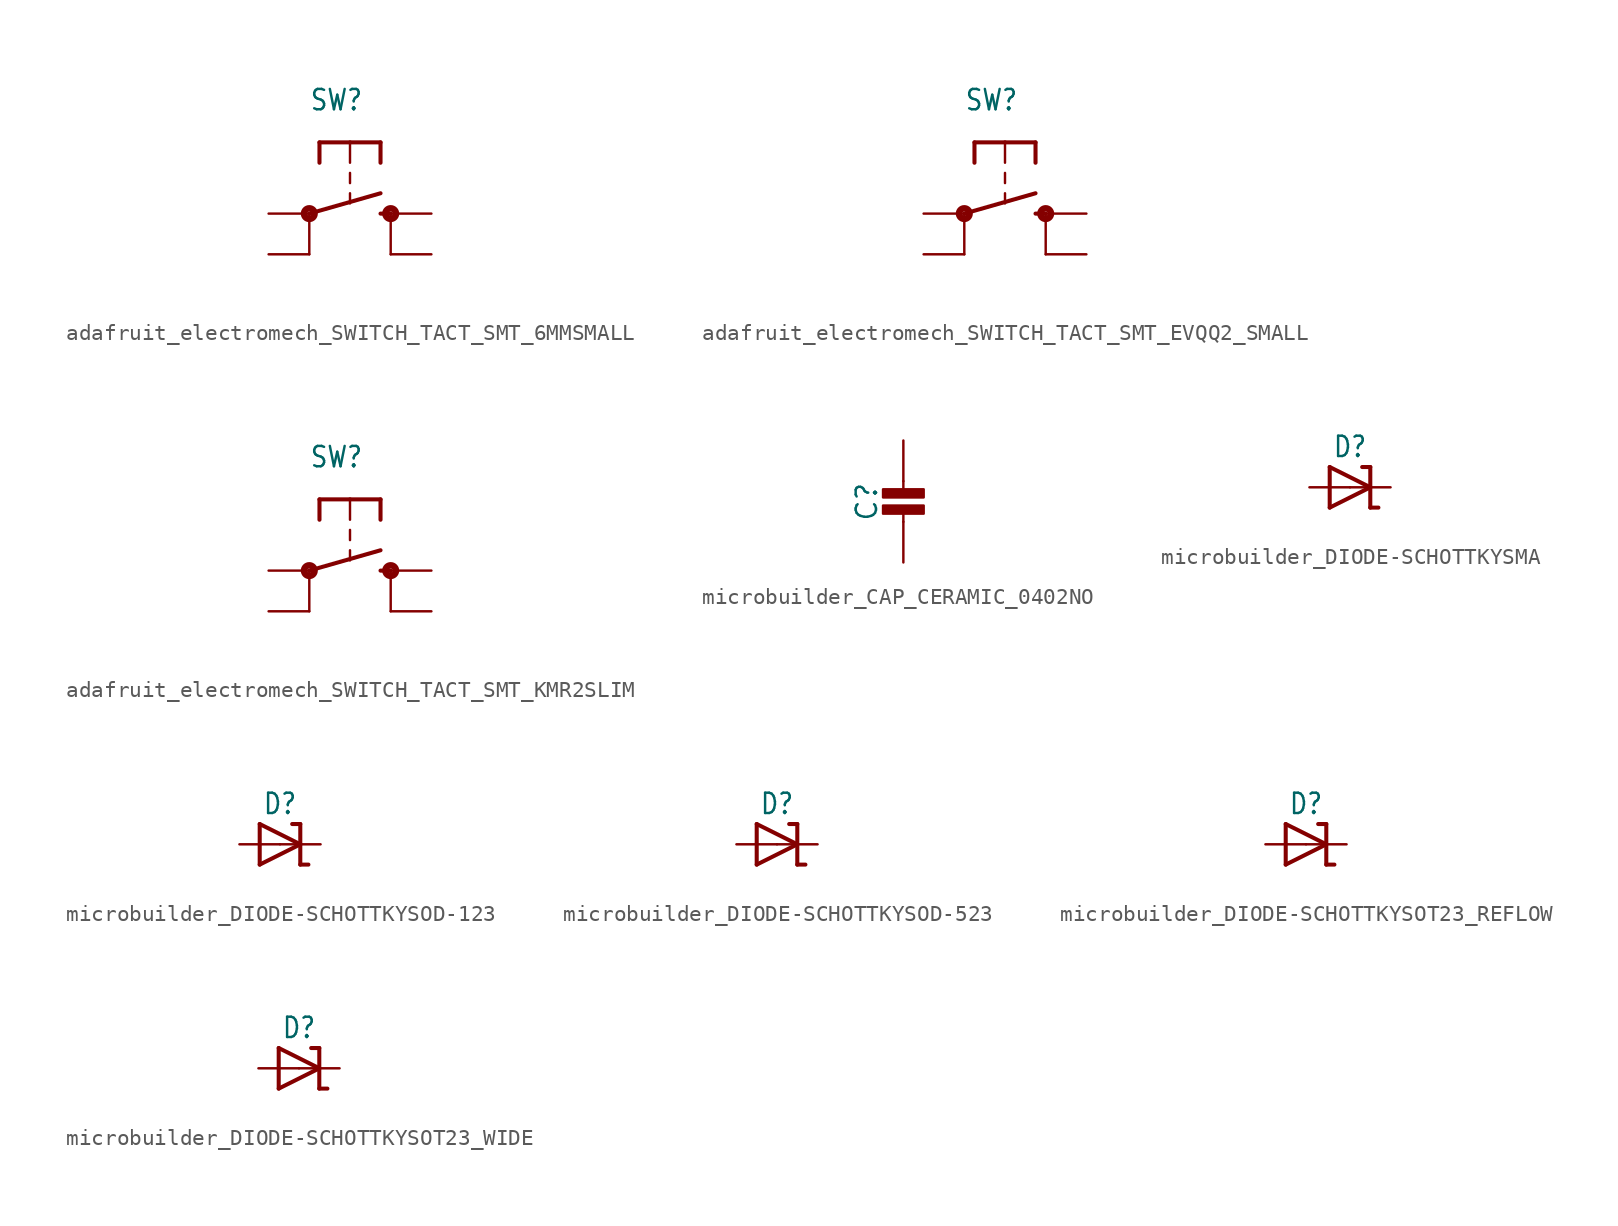
<source format=kicad_sym>
(kicad_symbol_lib
  (version 20231120)
  (generator "kicad_symbol_editor")
  (generator_version "8.0")
  (symbol "adafruit_electromech_SWITCH_TACT_SMT_6MMSMALL"
    (property "Reference" "SW"
      (at -2.54 6.35 0)
      (effects (font (size 1.27 1.079)) (justify left bottom)))
    (property "Value" ""
      (at -2.54 -5.08 0)
      (effects (font (size 1.27 1.079)) (justify left bottom)))
    (property "ki_locked" ""
      (at 0 0 0)
      (effects (font (size 1.27 1.27))))
    (symbol "adafruit_electromech_SWITCH_TACT_SMT_6MMSMALL_1_0"
      (circle (center -2.54 0) (radius 0.127) (stroke (width 0.406) (type solid)) (fill (type none)))
      (polyline (pts (xy -2.54 -2.54) (xy -2.54 0)) (stroke (width 0.152) (type solid)) (fill (type none)))
      (polyline (pts (xy -2.54 0) (xy 1.905 1.27)) (stroke (width 0.254) (type solid)) (fill (type none)))
      (polyline (pts (xy -1.905 4.445) (xy -1.905 3.175)) (stroke (width 0.254) (type solid)) (fill (type none)))
      (polyline (pts (xy 0 1.27) (xy 0 0.635)) (stroke (width 0.152) (type solid)) (fill (type none)))
      (polyline (pts (xy 0 2.54) (xy 0 1.905)) (stroke (width 0.152) (type solid)) (fill (type none)))
      (polyline (pts (xy 0 4.445) (xy -1.905 4.445)) (stroke (width 0.254) (type solid)) (fill (type none)))
      (polyline (pts (xy 0 4.445) (xy 0 3.175)) (stroke (width 0.152) (type solid)) (fill (type none)))
      (polyline (pts (xy 1.905 0) (xy 2.54 0)) (stroke (width 0.254) (type solid)) (fill (type none)))
      (polyline (pts (xy 1.905 4.445) (xy 0 4.445)) (stroke (width 0.254) (type solid)) (fill (type none)))
      (polyline (pts (xy 1.905 4.445) (xy 1.905 3.175)) (stroke (width 0.254) (type solid)) (fill (type none)))
      (polyline (pts (xy 2.54 -2.54) (xy 2.54 0)) (stroke (width 0.152) (type solid)) (fill (type none)))
      (circle (center 2.54 0) (radius 0.127) (stroke (width 0.406) (type solid)) (fill (type none)))
      (pin passive line (at -5.08 0 0) (length 2.54) (name "P" (effects (font (size 0 0)))) (number "A" (effects (font (size 0 0)))))
      (pin passive line (at -5.08 -2.54 0) (length 2.54) (name "P1" (effects (font (size 0 0)))) (number "A'" (effects (font (size 0 0)))))
      (pin passive line (at 5.08 0 180) (length 2.54) (name "S" (effects (font (size 0 0)))) (number "B" (effects (font (size 0 0)))))
      (pin passive line (at 5.08 -2.54 180) (length 2.54) (name "S1" (effects (font (size 0 0)))) (number "B'" (effects (font (size 0 0)))))))
  (symbol "adafruit_electromech_SWITCH_TACT_SMT_EVQQ2_SMALL"
    (property "Reference" "SW"
      (at -2.54 6.35 0)
      (effects (font (size 1.27 1.079)) (justify left bottom)))
    (property "Value" ""
      (at -2.54 -5.08 0)
      (effects (font (size 1.27 1.079)) (justify left bottom)))
    (property "ki_locked" ""
      (at 0 0 0)
      (effects (font (size 1.27 1.27))))
    (symbol "adafruit_electromech_SWITCH_TACT_SMT_EVQQ2_SMALL_1_0"
      (circle (center -2.54 0) (radius 0.127) (stroke (width 0.406) (type solid)) (fill (type none)))
      (polyline (pts (xy -2.54 -2.54) (xy -2.54 0)) (stroke (width 0.152) (type solid)) (fill (type none)))
      (polyline (pts (xy -2.54 0) (xy 1.905 1.27)) (stroke (width 0.254) (type solid)) (fill (type none)))
      (polyline (pts (xy -1.905 4.445) (xy -1.905 3.175)) (stroke (width 0.254) (type solid)) (fill (type none)))
      (polyline (pts (xy 0 1.27) (xy 0 0.635)) (stroke (width 0.152) (type solid)) (fill (type none)))
      (polyline (pts (xy 0 2.54) (xy 0 1.905)) (stroke (width 0.152) (type solid)) (fill (type none)))
      (polyline (pts (xy 0 4.445) (xy -1.905 4.445)) (stroke (width 0.254) (type solid)) (fill (type none)))
      (polyline (pts (xy 0 4.445) (xy 0 3.175)) (stroke (width 0.152) (type solid)) (fill (type none)))
      (polyline (pts (xy 1.905 0) (xy 2.54 0)) (stroke (width 0.254) (type solid)) (fill (type none)))
      (polyline (pts (xy 1.905 4.445) (xy 0 4.445)) (stroke (width 0.254) (type solid)) (fill (type none)))
      (polyline (pts (xy 1.905 4.445) (xy 1.905 3.175)) (stroke (width 0.254) (type solid)) (fill (type none)))
      (polyline (pts (xy 2.54 -2.54) (xy 2.54 0)) (stroke (width 0.152) (type solid)) (fill (type none)))
      (circle (center 2.54 0) (radius 0.127) (stroke (width 0.406) (type solid)) (fill (type none)))
      (pin passive line (at -5.08 0 0) (length 2.54) (name "P" (effects (font (size 0 0)))) (number "A" (effects (font (size 0 0)))))
      (pin passive line (at -5.08 -2.54 0) (length 2.54) (name "P1" (effects (font (size 0 0)))) (number "A'" (effects (font (size 0 0)))))
      (pin passive line (at 5.08 0 180) (length 2.54) (name "S" (effects (font (size 0 0)))) (number "B" (effects (font (size 0 0)))))
      (pin passive line (at 5.08 -2.54 180) (length 2.54) (name "S1" (effects (font (size 0 0)))) (number "B'" (effects (font (size 0 0)))))))
  (symbol "adafruit_electromech_SWITCH_TACT_SMT_KMR2SLIM"
    (property "Reference" "SW"
      (at -2.54 6.35 0)
      (effects (font (size 1.27 1.079)) (justify left bottom)))
    (property "Value" ""
      (at -2.54 -5.08 0)
      (effects (font (size 1.27 1.079)) (justify left bottom)))
    (property "ki_locked" ""
      (at 0 0 0)
      (effects (font (size 1.27 1.27))))
    (symbol "adafruit_electromech_SWITCH_TACT_SMT_KMR2SLIM_1_0"
      (circle (center -2.54 0) (radius 0.127) (stroke (width 0.406) (type solid)) (fill (type none)))
      (polyline (pts (xy -2.54 -2.54) (xy -2.54 0)) (stroke (width 0.152) (type solid)) (fill (type none)))
      (polyline (pts (xy -2.54 0) (xy 1.905 1.27)) (stroke (width 0.254) (type solid)) (fill (type none)))
      (polyline (pts (xy -1.905 4.445) (xy -1.905 3.175)) (stroke (width 0.254) (type solid)) (fill (type none)))
      (polyline (pts (xy 0 1.27) (xy 0 0.635)) (stroke (width 0.152) (type solid)) (fill (type none)))
      (polyline (pts (xy 0 2.54) (xy 0 1.905)) (stroke (width 0.152) (type solid)) (fill (type none)))
      (polyline (pts (xy 0 4.445) (xy -1.905 4.445)) (stroke (width 0.254) (type solid)) (fill (type none)))
      (polyline (pts (xy 0 4.445) (xy 0 3.175)) (stroke (width 0.152) (type solid)) (fill (type none)))
      (polyline (pts (xy 1.905 0) (xy 2.54 0)) (stroke (width 0.254) (type solid)) (fill (type none)))
      (polyline (pts (xy 1.905 4.445) (xy 0 4.445)) (stroke (width 0.254) (type solid)) (fill (type none)))
      (polyline (pts (xy 1.905 4.445) (xy 1.905 3.175)) (stroke (width 0.254) (type solid)) (fill (type none)))
      (polyline (pts (xy 2.54 -2.54) (xy 2.54 0)) (stroke (width 0.152) (type solid)) (fill (type none)))
      (circle (center 2.54 0) (radius 0.127) (stroke (width 0.406) (type solid)) (fill (type none)))
      (pin passive line (at -5.08 0 0) (length 2.54) (name "P" (effects (font (size 0 0)))) (number "A" (effects (font (size 0 0)))))
      (pin passive line (at -5.08 -2.54 0) (length 2.54) (name "P1" (effects (font (size 0 0)))) (number "A'" (effects (font (size 0 0)))))
      (pin passive line (at 5.08 0 180) (length 2.54) (name "S" (effects (font (size 0 0)))) (number "B" (effects (font (size 0 0)))))
      (pin passive line (at 5.08 -2.54 180) (length 2.54) (name "S1" (effects (font (size 0 0)))) (number "B'" (effects (font (size 0 0)))))))
  (symbol "microbuilder_CAP_CERAMIC_0402NO"
    (property "Reference" "C"
      (at -2.29 1.25 90)
      (effects (font (size 1.27 1.27))))
    (property "Value" ""
      (at 2.3 1.25 90)
      (effects (font (size 1.27 1.27))))
    (property "ki_locked" ""
      (at 0 0 0)
      (effects (font (size 1.27 1.27))))
    (symbol "microbuilder_CAP_CERAMIC_0402NO_1_0"
      (rectangle (start -1.27 0.508) (end 1.27 1.016) (stroke (width 0) (type default)) (fill (type outline)))
      (rectangle (start -1.27 1.524) (end 1.27 2.032) (stroke (width 0) (type default)) (fill (type outline)))
      (polyline (pts (xy 0 0.762) (xy 0 0)) (stroke (width 0.152) (type solid)) (fill (type none)))
      (polyline (pts (xy 0 2.54) (xy 0 1.778)) (stroke (width 0.152) (type solid)) (fill (type none)))
      (pin passive line (at 0 5.08 270) (length 2.54) (name "1" (effects (font (size 0 0)))) (number "1" (effects (font (size 0 0)))))
      (pin passive line (at 0 -2.54 90) (length 2.54) (name "2" (effects (font (size 0 0)))) (number "2" (effects (font (size 0 0)))))))
  (symbol "microbuilder_DIODE-SCHOTTKYSMA"
    (property "Reference" "D"
      (at 0 2.54 0)
      (effects (font (size 1.27 1.079))))
    (property "Value" ""
      (at 0 -2.5 0)
      (effects (font (size 1.27 1.079))))
    (property "ki_locked" ""
      (at 0 0 0)
      (effects (font (size 1.27 1.27))))
    (symbol "microbuilder_DIODE-SCHOTTKYSMA_1_0"
      (polyline (pts (xy -1.27 -1.27) (xy 1.27 0)) (stroke (width 0.254) (type solid)) (fill (type none)))
      (polyline (pts (xy -1.27 1.27) (xy -1.27 -1.27)) (stroke (width 0.254) (type solid)) (fill (type none)))
      (polyline (pts (xy 1.27 -1.27) (xy 1.778 -1.27)) (stroke (width 0.254) (type solid)) (fill (type none)))
      (polyline (pts (xy 1.27 0) (xy -1.27 1.27)) (stroke (width 0.254) (type solid)) (fill (type none)))
      (polyline (pts (xy 1.27 0) (xy 1.27 -1.27)) (stroke (width 0.254) (type solid)) (fill (type none)))
      (polyline (pts (xy 1.27 1.27) (xy 0.762 1.27)) (stroke (width 0.254) (type solid)) (fill (type none)))
      (polyline (pts (xy 1.27 1.27) (xy 1.27 0)) (stroke (width 0.254) (type solid)) (fill (type none)))
      (pin passive line (at -2.54 0 0) (length 2.54) (name "A" (effects (font (size 0 0)))) (number "A" (effects (font (size 0 0)))))
      (pin passive line (at 2.54 0 180) (length 2.54) (name "C" (effects (font (size 0 0)))) (number "C" (effects (font (size 0 0)))))))
  (symbol "microbuilder_DIODE-SCHOTTKYSOD-123"
    (property "Reference" "D"
      (at 0 2.54 0)
      (effects (font (size 1.27 1.079))))
    (property "Value" ""
      (at 0 -2.5 0)
      (effects (font (size 1.27 1.079))))
    (property "ki_locked" ""
      (at 0 0 0)
      (effects (font (size 1.27 1.27))))
    (symbol "microbuilder_DIODE-SCHOTTKYSOD-123_1_0"
      (polyline (pts (xy -1.27 -1.27) (xy 1.27 0)) (stroke (width 0.254) (type solid)) (fill (type none)))
      (polyline (pts (xy -1.27 1.27) (xy -1.27 -1.27)) (stroke (width 0.254) (type solid)) (fill (type none)))
      (polyline (pts (xy 1.27 -1.27) (xy 1.778 -1.27)) (stroke (width 0.254) (type solid)) (fill (type none)))
      (polyline (pts (xy 1.27 0) (xy -1.27 1.27)) (stroke (width 0.254) (type solid)) (fill (type none)))
      (polyline (pts (xy 1.27 0) (xy 1.27 -1.27)) (stroke (width 0.254) (type solid)) (fill (type none)))
      (polyline (pts (xy 1.27 1.27) (xy 0.762 1.27)) (stroke (width 0.254) (type solid)) (fill (type none)))
      (polyline (pts (xy 1.27 1.27) (xy 1.27 0)) (stroke (width 0.254) (type solid)) (fill (type none)))
      (pin passive line (at -2.54 0 0) (length 2.54) (name "A" (effects (font (size 0 0)))) (number "A" (effects (font (size 0 0)))))
      (pin passive line (at 2.54 0 180) (length 2.54) (name "C" (effects (font (size 0 0)))) (number "C" (effects (font (size 0 0)))))))
  (symbol "microbuilder_DIODE-SCHOTTKYSOD-523"
    (property "Reference" "D"
      (at 0 2.54 0)
      (effects (font (size 1.27 1.079))))
    (property "Value" ""
      (at 0 -2.5 0)
      (effects (font (size 1.27 1.079))))
    (property "ki_locked" ""
      (at 0 0 0)
      (effects (font (size 1.27 1.27))))
    (symbol "microbuilder_DIODE-SCHOTTKYSOD-523_1_0"
      (polyline (pts (xy -1.27 -1.27) (xy 1.27 0)) (stroke (width 0.254) (type solid)) (fill (type none)))
      (polyline (pts (xy -1.27 1.27) (xy -1.27 -1.27)) (stroke (width 0.254) (type solid)) (fill (type none)))
      (polyline (pts (xy 1.27 -1.27) (xy 1.778 -1.27)) (stroke (width 0.254) (type solid)) (fill (type none)))
      (polyline (pts (xy 1.27 0) (xy -1.27 1.27)) (stroke (width 0.254) (type solid)) (fill (type none)))
      (polyline (pts (xy 1.27 0) (xy 1.27 -1.27)) (stroke (width 0.254) (type solid)) (fill (type none)))
      (polyline (pts (xy 1.27 1.27) (xy 0.762 1.27)) (stroke (width 0.254) (type solid)) (fill (type none)))
      (polyline (pts (xy 1.27 1.27) (xy 1.27 0)) (stroke (width 0.254) (type solid)) (fill (type none)))
      (pin passive line (at -2.54 0 0) (length 2.54) (name "A" (effects (font (size 0 0)))) (number "A" (effects (font (size 0 0)))))
      (pin passive line (at 2.54 0 180) (length 2.54) (name "C" (effects (font (size 0 0)))) (number "K" (effects (font (size 0 0)))))))
  (symbol "microbuilder_DIODE-SCHOTTKYSOT23_REFLOW"
    (property "Reference" "D"
      (at 0 2.54 0)
      (effects (font (size 1.27 1.079))))
    (property "Value" ""
      (at 0 -2.5 0)
      (effects (font (size 1.27 1.079))))
    (property "ki_locked" ""
      (at 0 0 0)
      (effects (font (size 1.27 1.27))))
    (symbol "microbuilder_DIODE-SCHOTTKYSOT23_REFLOW_1_0"
      (polyline (pts (xy -1.27 -1.27) (xy 1.27 0)) (stroke (width 0.254) (type solid)) (fill (type none)))
      (polyline (pts (xy -1.27 1.27) (xy -1.27 -1.27)) (stroke (width 0.254) (type solid)) (fill (type none)))
      (polyline (pts (xy 1.27 -1.27) (xy 1.778 -1.27)) (stroke (width 0.254) (type solid)) (fill (type none)))
      (polyline (pts (xy 1.27 0) (xy -1.27 1.27)) (stroke (width 0.254) (type solid)) (fill (type none)))
      (polyline (pts (xy 1.27 0) (xy 1.27 -1.27)) (stroke (width 0.254) (type solid)) (fill (type none)))
      (polyline (pts (xy 1.27 1.27) (xy 0.762 1.27)) (stroke (width 0.254) (type solid)) (fill (type none)))
      (polyline (pts (xy 1.27 1.27) (xy 1.27 0)) (stroke (width 0.254) (type solid)) (fill (type none)))
      (pin passive line (at -2.54 0 0) (length 2.54) (name "A" (effects (font (size 0 0)))) (number "1" (effects (font (size 0 0)))))
      (pin passive line (at 2.54 0 180) (length 2.54) (name "C" (effects (font (size 0 0)))) (number "3" (effects (font (size 0 0)))))))
  (symbol "microbuilder_DIODE-SCHOTTKYSOT23_WIDE"
    (property "Reference" "D"
      (at 0 2.54 0)
      (effects (font (size 1.27 1.079))))
    (property "Value" ""
      (at 0 -2.5 0)
      (effects (font (size 1.27 1.079))))
    (property "ki_locked" ""
      (at 0 0 0)
      (effects (font (size 1.27 1.27))))
    (symbol "microbuilder_DIODE-SCHOTTKYSOT23_WIDE_1_0"
      (polyline (pts (xy -1.27 -1.27) (xy 1.27 0)) (stroke (width 0.254) (type solid)) (fill (type none)))
      (polyline (pts (xy -1.27 1.27) (xy -1.27 -1.27)) (stroke (width 0.254) (type solid)) (fill (type none)))
      (polyline (pts (xy 1.27 -1.27) (xy 1.778 -1.27)) (stroke (width 0.254) (type solid)) (fill (type none)))
      (polyline (pts (xy 1.27 0) (xy -1.27 1.27)) (stroke (width 0.254) (type solid)) (fill (type none)))
      (polyline (pts (xy 1.27 0) (xy 1.27 -1.27)) (stroke (width 0.254) (type solid)) (fill (type none)))
      (polyline (pts (xy 1.27 1.27) (xy 0.762 1.27)) (stroke (width 0.254) (type solid)) (fill (type none)))
      (polyline (pts (xy 1.27 1.27) (xy 1.27 0)) (stroke (width 0.254) (type solid)) (fill (type none)))
      (pin passive line (at -2.54 0 0) (length 2.54) (name "A" (effects (font (size 0 0)))) (number "1" (effects (font (size 0 0)))))
      (pin passive line (at 2.54 0 180) (length 2.54) (name "C" (effects (font (size 0 0)))) (number "3" (effects (font (size 0 0))))))))
</source>
